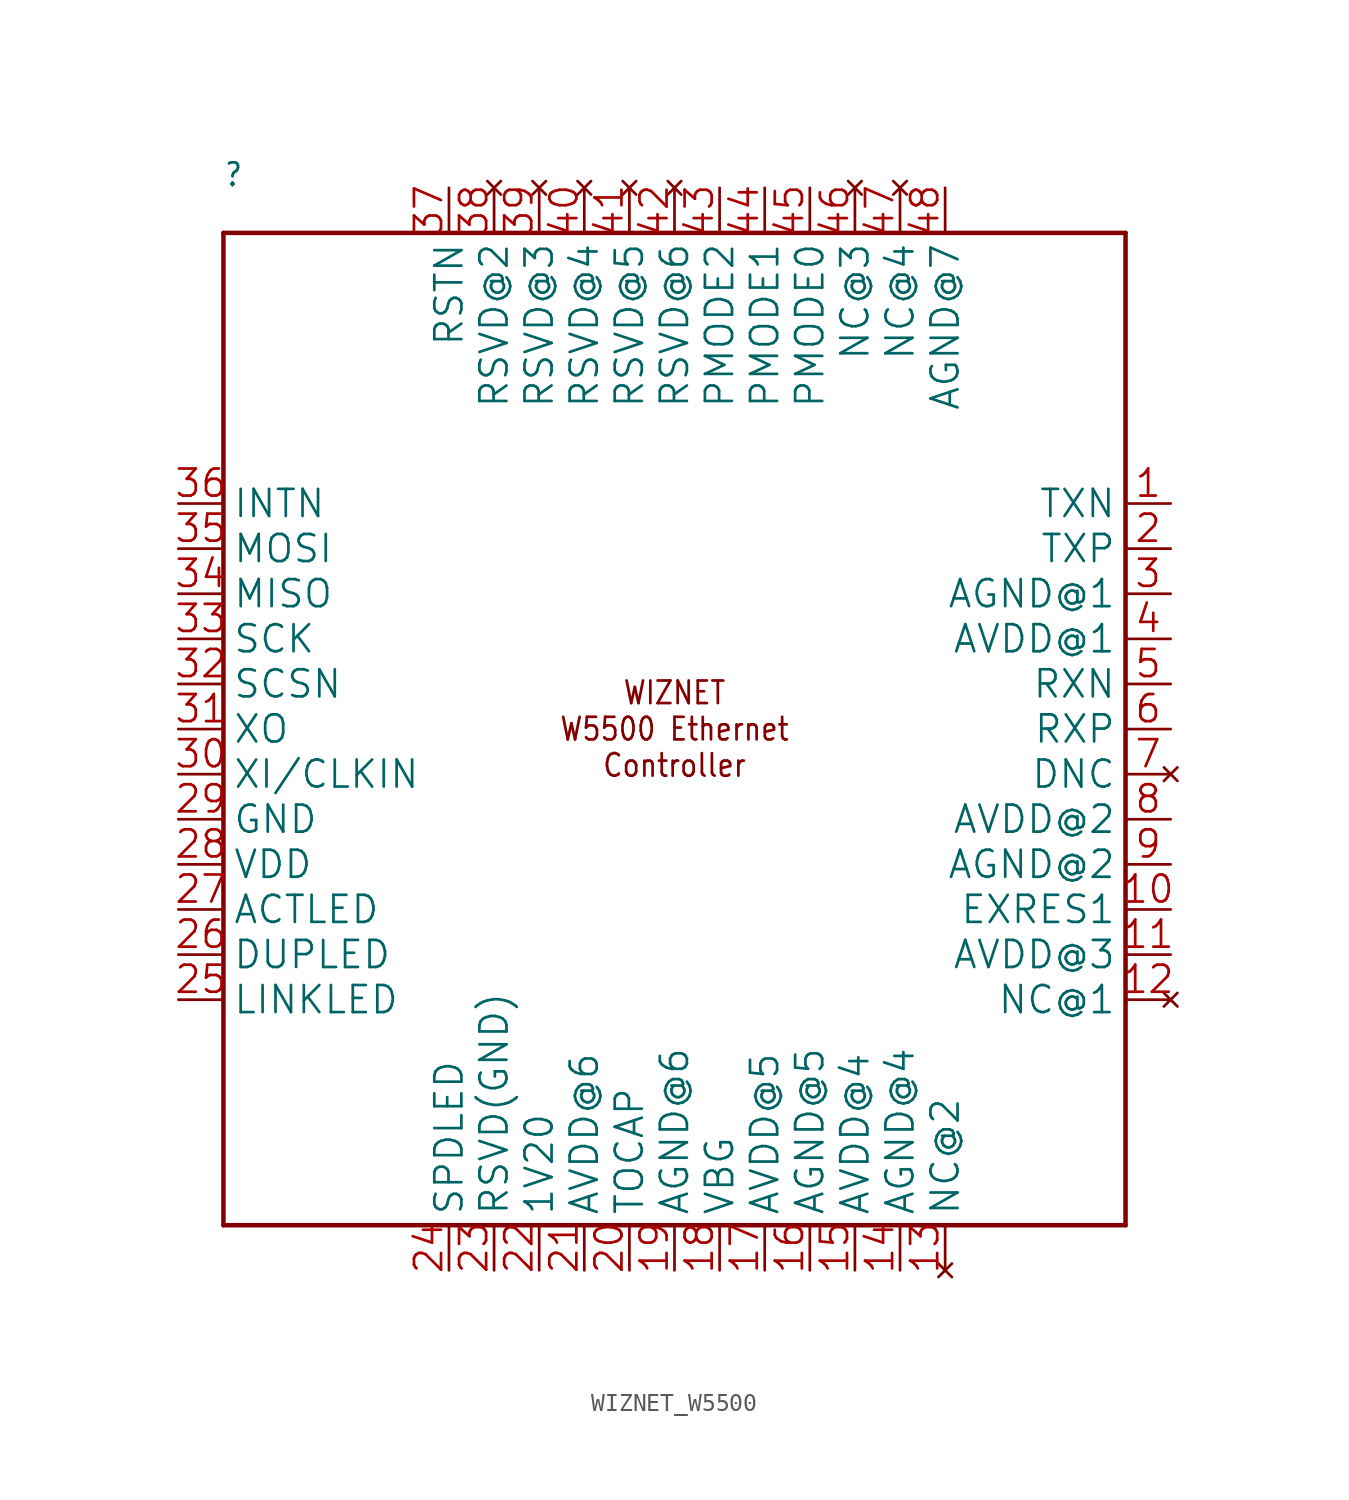
<source format=kicad_sym>
(kicad_symbol_lib
  (version 20241209)
  (generator "kicad_symbol_editor")
  (generator_version "9.0")
  (symbol "WIZNET_W5500"
    (property "Reference" ""
      (at -25.4 33.02 0)
      (effects (font (size 1.27 1.079)) (justify left bottom)))
    (property "Value" ""
      (at -25.4 -27.94 0)
      (effects (font (size 1.27 1.079)) (justify left bottom)))
    (property "ki_locked" ""
      (at 0 0 0)
      (effects (font (size 1.27 1.27))))
    (symbol "WIZNET_W5500_1_0"
      (polyline (pts (xy -25.4 30.48) (xy 25.4 30.48)) (stroke (width 0.254) (type solid)) (fill (type none)))
      (polyline (pts (xy -25.4 -25.4) (xy -25.4 30.48)) (stroke (width 0.254) (type solid)) (fill (type none)))
      (polyline (pts (xy 25.4 30.48) (xy 25.4 -25.4)) (stroke (width 0.254) (type solid)) (fill (type none)))
      (polyline (pts (xy 25.4 -25.4) (xy -25.4 -25.4)) (stroke (width 0.254) (type solid)) (fill (type none)))
      (text "WIZNET\nW5500 Ethernet\nController" (at 0 2.54 0) (effects (font (size 1.27 1.079))))
      (pin output line (at -27.94 15.24 0) (length 2.54) (name "INTN" (effects (font (size 1.524 1.524)))) (number "36" (effects (font (size 1.524 1.524)))))
      (pin input line (at -27.94 12.7 0) (length 2.54) (name "MOSI" (effects (font (size 1.524 1.524)))) (number "35" (effects (font (size 1.524 1.524)))))
      (pin output line (at -27.94 10.16 0) (length 2.54) (name "MISO" (effects (font (size 1.524 1.524)))) (number "34" (effects (font (size 1.524 1.524)))))
      (pin input line (at -27.94 7.62 0) (length 2.54) (name "SCK" (effects (font (size 1.524 1.524)))) (number "33" (effects (font (size 1.524 1.524)))))
      (pin input line (at -27.94 5.08 0) (length 2.54) (name "SCSN" (effects (font (size 1.524 1.524)))) (number "32" (effects (font (size 1.524 1.524)))))
      (pin output line (at -27.94 2.54 0) (length 2.54) (name "XO" (effects (font (size 1.524 1.524)))) (number "31" (effects (font (size 1.524 1.524)))))
      (pin input line (at -27.94 0 0) (length 2.54) (name "XI/CLKIN" (effects (font (size 1.524 1.524)))) (number "30" (effects (font (size 1.524 1.524)))))
      (pin power_in line (at -27.94 -2.54 0) (length 2.54) (name "GND" (effects (font (size 1.524 1.524)))) (number "29" (effects (font (size 1.524 1.524)))))
      (pin power_in line (at -27.94 -5.08 0) (length 2.54) (name "VDD" (effects (font (size 1.524 1.524)))) (number "28" (effects (font (size 1.524 1.524)))))
      (pin output line (at -27.94 -7.62 0) (length 2.54) (name "ACTLED" (effects (font (size 1.524 1.524)))) (number "27" (effects (font (size 1.524 1.524)))))
      (pin output line (at -27.94 -10.16 0) (length 2.54) (name "DUPLED" (effects (font (size 1.524 1.524)))) (number "26" (effects (font (size 1.524 1.524)))))
      (pin output line (at -27.94 -12.7 0) (length 2.54) (name "LINKLED" (effects (font (size 1.524 1.524)))) (number "25" (effects (font (size 1.524 1.524)))))
      (pin input line (at -12.7 33.02 270) (length 2.54) (name "RSTN" (effects (font (size 1.524 1.524)))) (number "37" (effects (font (size 1.524 1.524)))))
      (pin output line (at -12.7 -27.94 90) (length 2.54) (name "SPDLED" (effects (font (size 1.524 1.524)))) (number "24" (effects (font (size 1.524 1.524)))))
      (pin no_connect line (at -10.16 33.02 270) (length 2.54) (name "RSVD@2" (effects (font (size 1.524 1.524)))) (number "38" (effects (font (size 1.524 1.524)))))
      (pin input line (at -10.16 -27.94 90) (length 2.54) (name "RSVD(GND)" (effects (font (size 1.524 1.524)))) (number "23" (effects (font (size 1.524 1.524)))))
      (pin no_connect line (at -7.62 33.02 270) (length 2.54) (name "RSVD@3" (effects (font (size 1.524 1.524)))) (number "39" (effects (font (size 1.524 1.524)))))
      (pin power_in line (at -7.62 -27.94 90) (length 2.54) (name "1V20" (effects (font (size 1.524 1.524)))) (number "22" (effects (font (size 1.524 1.524)))))
      (pin no_connect line (at -5.08 33.02 270) (length 2.54) (name "RSVD@4" (effects (font (size 1.524 1.524)))) (number "40" (effects (font (size 1.524 1.524)))))
      (pin power_in line (at -5.08 -27.94 90) (length 2.54) (name "AVDD@6" (effects (font (size 1.524 1.524)))) (number "21" (effects (font (size 1.524 1.524)))))
      (pin no_connect line (at -2.54 33.02 270) (length 2.54) (name "RSVD@5" (effects (font (size 1.524 1.524)))) (number "41" (effects (font (size 1.524 1.524)))))
      (pin output line (at -2.54 -27.94 90) (length 2.54) (name "TOCAP" (effects (font (size 1.524 1.524)))) (number "20" (effects (font (size 1.524 1.524)))))
      (pin no_connect line (at 0 33.02 270) (length 2.54) (name "RSVD@6" (effects (font (size 1.524 1.524)))) (number "42" (effects (font (size 1.524 1.524)))))
      (pin power_in line (at 0 -27.94 90) (length 2.54) (name "AGND@6" (effects (font (size 1.524 1.524)))) (number "19" (effects (font (size 1.524 1.524)))))
      (pin input line (at 2.54 33.02 270) (length 2.54) (name "PMODE2" (effects (font (size 1.524 1.524)))) (number "43" (effects (font (size 1.524 1.524)))))
      (pin output line (at 2.54 -27.94 90) (length 2.54) (name "VBG" (effects (font (size 1.524 1.524)))) (number "18" (effects (font (size 1.524 1.524)))))
      (pin input line (at 5.08 33.02 270) (length 2.54) (name "PMODE1" (effects (font (size 1.524 1.524)))) (number "44" (effects (font (size 1.524 1.524)))))
      (pin power_in line (at 5.08 -27.94 90) (length 2.54) (name "AVDD@5" (effects (font (size 1.524 1.524)))) (number "17" (effects (font (size 1.524 1.524)))))
      (pin input line (at 7.62 33.02 270) (length 2.54) (name "PMODE0" (effects (font (size 1.524 1.524)))) (number "45" (effects (font (size 1.524 1.524)))))
      (pin power_in line (at 7.62 -27.94 90) (length 2.54) (name "AGND@5" (effects (font (size 1.524 1.524)))) (number "16" (effects (font (size 1.524 1.524)))))
      (pin no_connect line (at 10.16 33.02 270) (length 2.54) (name "NC@3" (effects (font (size 1.524 1.524)))) (number "46" (effects (font (size 1.524 1.524)))))
      (pin power_in line (at 10.16 -27.94 90) (length 2.54) (name "AVDD@4" (effects (font (size 1.524 1.524)))) (number "15" (effects (font (size 1.524 1.524)))))
      (pin no_connect line (at 12.7 33.02 270) (length 2.54) (name "NC@4" (effects (font (size 1.524 1.524)))) (number "47" (effects (font (size 1.524 1.524)))))
      (pin power_in line (at 12.7 -27.94 90) (length 2.54) (name "AGND@4" (effects (font (size 1.524 1.524)))) (number "14" (effects (font (size 1.524 1.524)))))
      (pin power_in line (at 15.24 33.02 270) (length 2.54) (name "AGND@7" (effects (font (size 1.524 1.524)))) (number "48" (effects (font (size 1.524 1.524)))))
      (pin no_connect line (at 15.24 -27.94 90) (length 2.54) (name "NC@2" (effects (font (size 1.524 1.524)))) (number "13" (effects (font (size 1.524 1.524)))))
      (pin output line (at 27.94 15.24 180) (length 2.54) (name "TXN" (effects (font (size 1.524 1.524)))) (number "1" (effects (font (size 1.524 1.524)))))
      (pin output line (at 27.94 12.7 180) (length 2.54) (name "TXP" (effects (font (size 1.524 1.524)))) (number "2" (effects (font (size 1.524 1.524)))))
      (pin power_in line (at 27.94 10.16 180) (length 2.54) (name "AGND@1" (effects (font (size 1.524 1.524)))) (number "3" (effects (font (size 1.524 1.524)))))
      (pin power_in line (at 27.94 7.62 180) (length 2.54) (name "AVDD@1" (effects (font (size 1.524 1.524)))) (number "4" (effects (font (size 1.524 1.524)))))
      (pin input line (at 27.94 5.08 180) (length 2.54) (name "RXN" (effects (font (size 1.524 1.524)))) (number "5" (effects (font (size 1.524 1.524)))))
      (pin input line (at 27.94 2.54 180) (length 2.54) (name "RXP" (effects (font (size 1.524 1.524)))) (number "6" (effects (font (size 1.524 1.524)))))
      (pin no_connect line (at 27.94 0 180) (length 2.54) (name "DNC" (effects (font (size 1.524 1.524)))) (number "7" (effects (font (size 1.524 1.524)))))
      (pin power_in line (at 27.94 -2.54 180) (length 2.54) (name "AVDD@2" (effects (font (size 1.524 1.524)))) (number "8" (effects (font (size 1.524 1.524)))))
      (pin power_in line (at 27.94 -5.08 180) (length 2.54) (name "AGND@2" (effects (font (size 1.524 1.524)))) (number "9" (effects (font (size 1.524 1.524)))))
      (pin bidirectional line (at 27.94 -7.62 180) (length 2.54) (name "EXRES1" (effects (font (size 1.524 1.524)))) (number "10" (effects (font (size 1.524 1.524)))))
      (pin power_in line (at 27.94 -10.16 180) (length 2.54) (name "AVDD@3" (effects (font (size 1.524 1.524)))) (number "11" (effects (font (size 1.524 1.524)))))
      (pin no_connect line (at 27.94 -12.7 180) (length 2.54) (name "NC@1" (effects (font (size 1.524 1.524)))) (number "12" (effects (font (size 1.524 1.524))))))))
</source>
